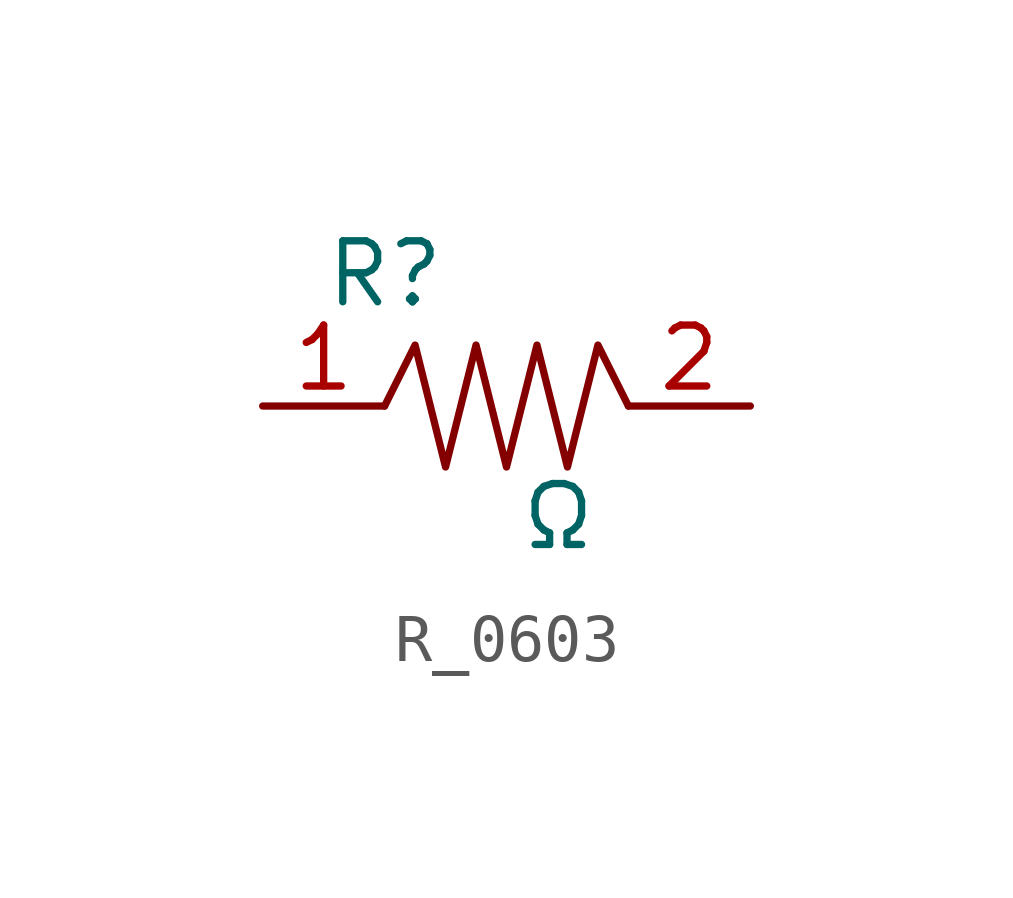
<source format=kicad_sym>
(kicad_symbol_lib
  (version 20241209)
  (generator "kicad_symbol_editor")
  (generator_version "9.0")
  (symbol "R_0603"
    (pin_names
      (offset 1.016))
    (property "Reference" "R"
      (at -3.814 2.009 0)
      (effects (font (size 1.27 1.27)) (justify left bottom)))
    (property "Value" "Ω"
      (at 0.254 -3.048 0)
      (effects (font (size 1.27 1.27)) (justify left bottom)))
    (symbol "R_0603_0_1"
      (polyline (pts (xy -2.54 0) (xy -1.905 1.27) (xy -1.27 -1.27) (xy -0.635 1.27) (xy 0 -1.27) (xy 0.635 1.27) (xy 1.27 -1.27) (xy 1.905 1.27) (xy 2.54 0)) (stroke (width 0) (type default)) (fill (type none))))
    (symbol "R_0603_1_1"
      (pin passive line (at -5.08 0 0) (length 2.54) (name "" (effects (font (size 1.27 1.27)))) (number "1" (effects (font (size 1.27 1.27)))))
      (pin passive line (at 5.08 0 180) (length 2.54) (name "" (effects (font (size 1.27 1.27)))) (number "2" (effects (font (size 1.27 1.27))))))))
</source>
